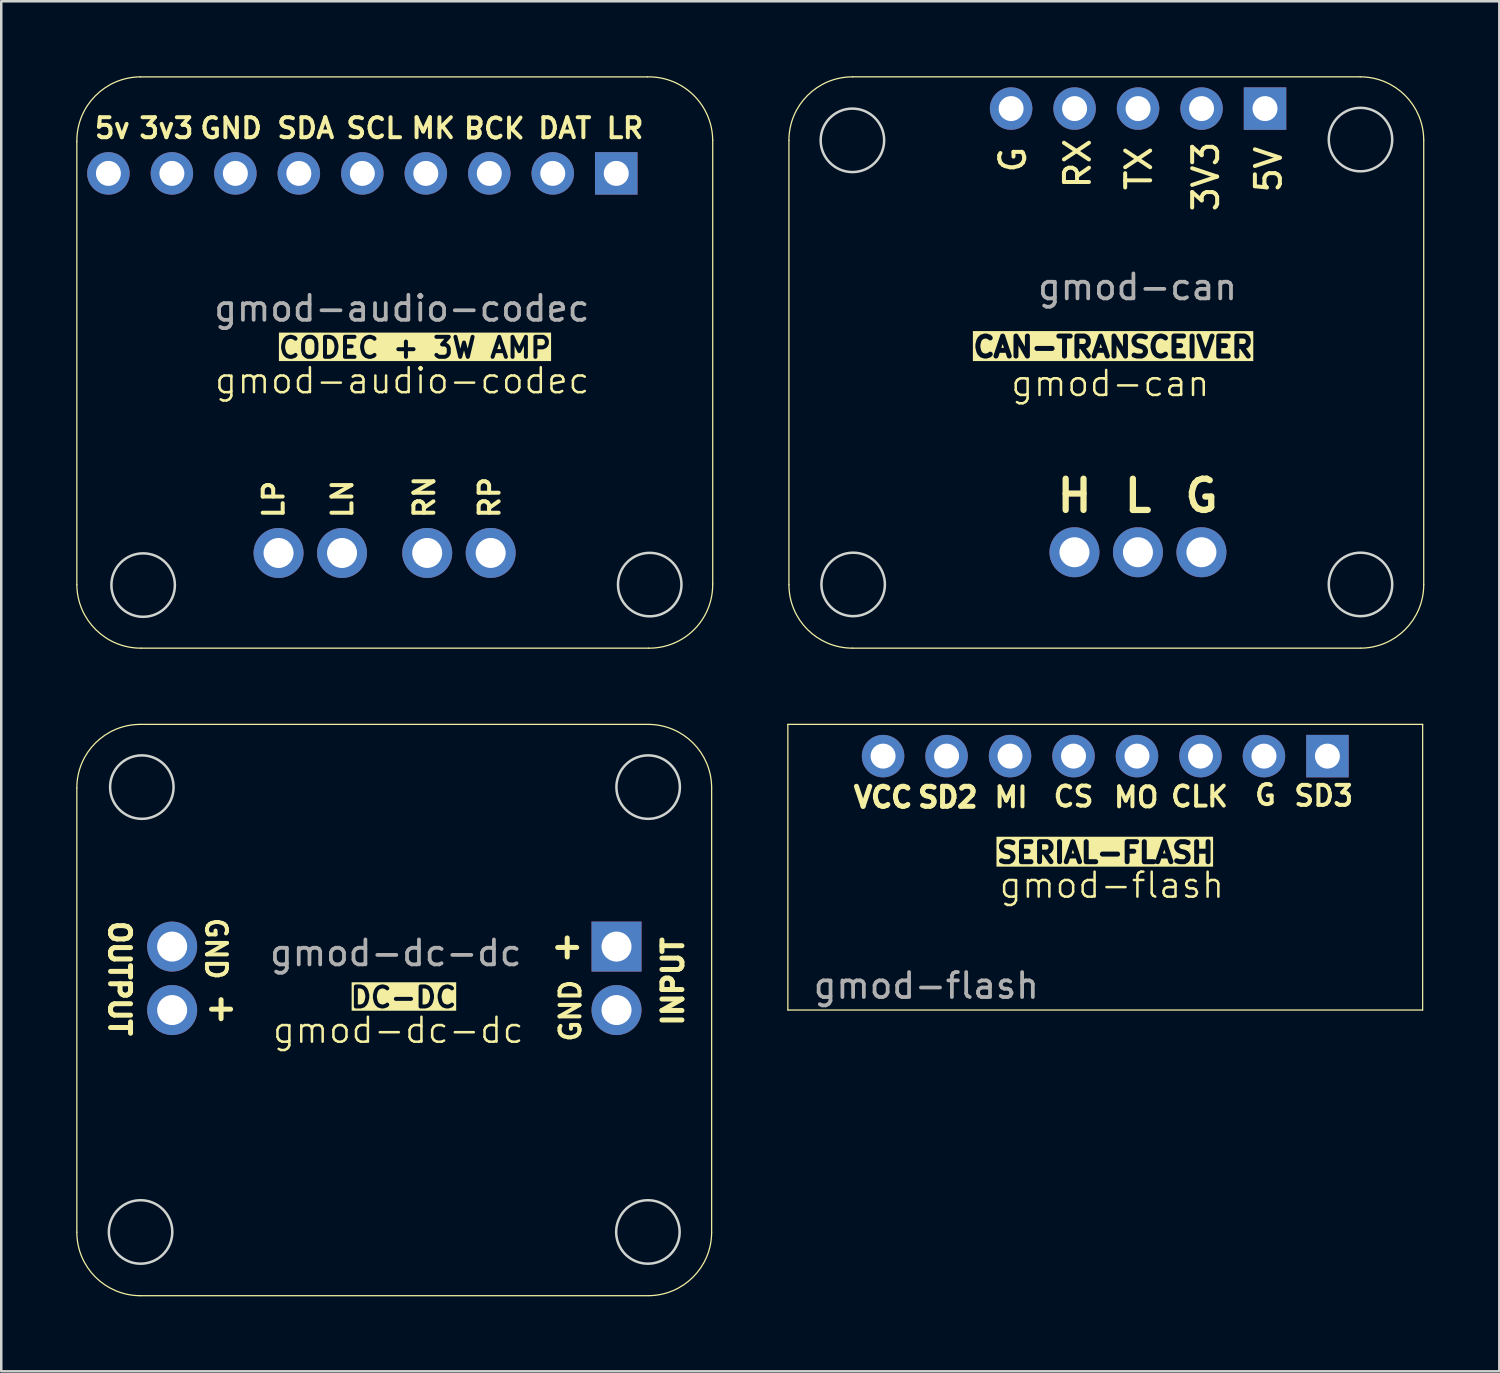
<source format=kicad_pcb>
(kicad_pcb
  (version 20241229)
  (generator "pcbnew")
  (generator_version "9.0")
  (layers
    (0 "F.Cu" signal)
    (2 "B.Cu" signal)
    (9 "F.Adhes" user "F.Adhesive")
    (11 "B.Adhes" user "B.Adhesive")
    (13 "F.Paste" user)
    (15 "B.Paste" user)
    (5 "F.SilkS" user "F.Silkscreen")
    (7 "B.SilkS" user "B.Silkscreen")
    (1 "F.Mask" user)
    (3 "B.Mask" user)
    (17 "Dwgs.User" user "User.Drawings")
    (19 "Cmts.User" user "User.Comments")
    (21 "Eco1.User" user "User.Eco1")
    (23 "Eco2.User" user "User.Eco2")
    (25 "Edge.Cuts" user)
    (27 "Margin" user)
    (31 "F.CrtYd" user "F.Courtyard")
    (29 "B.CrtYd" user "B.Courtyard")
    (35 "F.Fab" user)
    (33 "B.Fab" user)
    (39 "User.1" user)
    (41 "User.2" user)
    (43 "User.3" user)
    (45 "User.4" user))
  (footprint "gmod-audio-codec"
    (layer "F.Cu")
    (at 12.771 11.424)
    (property "Reference" "gmod-audio-codec" (at 0.27 0.76 0) (unlocked yes) (layer "F.SilkS") (effects (font (size 1 1) (thickness 0.1))))
    (attr smd)
    (fp_line (start -12.746 8.922) (end -12.746 -8.822) (stroke (width 0.05) (type solid)) (layer "F.SilkS"))
    (fp_line (start -10.206 -11.398) (end 10.092 -11.398) (stroke (width 0.05) (type solid)) (layer "F.SilkS"))
    (fp_line (start 10.132 11.461) (end -10.17 11.461) (stroke (width 0.05) (type solid)) (layer "F.SilkS"))
    (fp_line (start 12.697 8.897) (end 12.697 -8.859) (stroke (width 0.05) (type solid)) (layer "F.SilkS"))
    (fp_arc (start -12.745765 -8.822184) (mid -12.009357 -10.636165) (end -10.206024 -11.398277) (stroke (width 0.05) (type solid)) (layer "F.SilkS"))
    (fp_arc (start -10.169931 11.461462) (mid -11.983929 10.725071) (end -12.746024 8.921721) (stroke (width 0.05) (type solid)) (layer "F.SilkS"))
    (fp_arc (start 10.092328 -11.398277) (mid 11.924631 -10.672001) (end 12.696744 -8.858536) (stroke (width 0.05) (type solid)) (layer "F.SilkS"))
    (fp_arc (start 12.696744 8.897046) (mid 11.953319 10.718037) (end 10.132328 11.461462) (stroke (width 0.05) (type solid)) (layer "F.SilkS"))
    (fp_poly (pts (xy 11.735 8.95) (xy 11.724 8.939) (xy 11.714 8.95) (xy 11.724 8.96)) (stroke (width 0) (type solid)) (fill yes) (layer "B.SilkS"))
    (fp_circle (center -10.093 8.937) (end -8.823 8.937) (stroke (width 0.1) (type solid)) (fill no) (layer "Edge.Cuts"))
    (fp_circle (center 10.177 8.917) (end 11.447 8.917) (stroke (width 0.1) (type solid)) (fill no) (layer "Edge.Cuts"))
    (fp_text user "5v" (at -12.118 -8.877 0) (unlocked yes) (layer "F.SilkS") (effects (font (size 0.8 0.8) (thickness 0.16) (bold yes)) (justify left bottom)))
    (fp_text user "BCK" (at 3.958 -9.877 180) (unlocked yes) (layer "F.SilkS") (effects (font (size 0.8 0.8) (thickness 0.16) (bold yes)) (justify bottom mirror)))
    (fp_text user "MK" (at 0.552 -8.877 0) (unlocked yes) (layer "F.SilkS") (effects (font (size 0.8 0.8) (thickness 0.16) (bold yes)) (justify left bottom)))
    (fp_text user "SCL\n" (at -2.052 -8.877 0) (unlocked yes) (layer "F.SilkS") (effects (font (size 0.8 0.8) (thickness 0.16) (bold yes)) (justify left bottom)))
    (fp_text user "RP" (at 4.237 6.337 90) (unlocked yes) (layer "F.SilkS") (effects (font (size 0.8 0.8) (thickness 0.16) (bold yes)) (justify left bottom)))
    (fp_text user "3v3" (at -10.336 -8.877 0) (unlocked yes) (layer "F.SilkS") (effects (font (size 0.8 0.8) (thickness 0.16) (bold yes)) (justify left bottom)))
    (fp_text user "DAT" (at 5.626 -8.877 0) (unlocked yes) (layer "F.SilkS") (effects (font (size 0.8 0.8) (thickness 0.16) (bold yes)) (justify left bottom)))
    (fp_text user "LN" (at -1.653 6.337 90) (unlocked yes) (layer "F.SilkS") (effects (font (size 0.8 0.8) (thickness 0.16) (bold yes)) (justify left bottom)))
    (fp_text user "LP" (at -4.403 6.337 90) (unlocked yes) (layer "F.SilkS") (effects (font (size 0.8 0.8) (thickness 0.16) (bold yes)) (justify left bottom)))
    (fp_text user "GND" (at -7.897 -8.877 0) (unlocked yes) (layer "F.SilkS") (effects (font (size 0.8 0.8) (thickness 0.16) (bold yes)) (justify left bottom)))
    (fp_text user "LR" (at 8.358 -8.877 0) (unlocked yes) (layer "F.SilkS") (effects (font (size 0.8 0.8) (thickness 0.16) (bold yes)) (justify left bottom)))
    (fp_text user "SDA\n" (at -4.817 -8.877 0) (unlocked yes) (layer "F.SilkS") (effects (font (size 0.8 0.8) (thickness 0.16) (bold yes)) (justify left bottom)))
    (fp_text user "RN" (at 1.627 6.337 90) (unlocked yes) (layer "F.SilkS") (effects (font (size 0.8 0.8) (thickness 0.16) (bold yes)) (justify left bottom)))
    (fp_text user "CODEC + 3W AMP" (at -4.75 -0.09 0) (unlocked yes) (layer "F.SilkS" knockout) (effects (font (size 0.8 0.8) (thickness 0.16) (bold yes)) (justify left bottom)))
    (fp_text user "${REFERENCE}" (at 0.257 -2.133 180) (layer "F.Fab") (effects (font (size 1 1) (thickness 0.15))))
    (pad "1" thru_hole rect (at 8.837 -7.536 270) (size 1.7 1.7) (drill 1) (layers "*.Cu" "*.Mask"))
    (pad "2" thru_hole oval (at 6.297 -7.536 270) (size 1.7 1.7) (drill 1) (layers "*.Cu" "*.Mask"))
    (pad "3" thru_hole oval (at 3.757 -7.536 270) (size 1.7 1.7) (drill 1) (layers "*.Cu" "*.Mask"))
    (pad "4" thru_hole oval (at 1.217 -7.536 270) (size 1.7 1.7) (drill 1) (layers "*.Cu" "*.Mask"))
    (pad "5" thru_hole oval (at -1.323 -7.536 270) (size 1.7 1.7) (drill 1) (layers "*.Cu" "*.Mask"))
    (pad "6" thru_hole oval (at -3.863 -7.536 270) (size 1.7 1.7) (drill 1) (layers "*.Cu" "*.Mask"))
    (pad "7" thru_hole oval (at -6.403 -7.536 270) (size 1.7 1.7) (drill 1) (layers "*.Cu" "*.Mask"))
    (pad "8" thru_hole oval (at -8.943 -7.536 270) (size 1.7 1.7) (drill 1) (layers "*.Cu" "*.Mask"))
    (pad "9" thru_hole oval (at -11.483 -7.536 270) (size 1.7 1.7) (drill 1) (layers "*.Cu" "*.Mask"))
    (pad "10" thru_hole circle (at -4.675 7.653 180) (size 2 2) (drill 1.2) (layers "*.Cu" "*.Mask"))
    (pad "11" thru_hole circle (at -2.135 7.653 180) (size 2 2) (drill 1.2) (layers "*.Cu" "*.Mask"))
    (pad "12" thru_hole circle (at 1.273 7.651 180) (size 2 2) (drill 1.2) (layers "*.Cu" "*.Mask"))
    (pad "13" thru_hole circle (at 3.813 7.651 180) (size 2 2) (drill 1.2) (layers "*.Cu" "*.Mask")))
  (footprint "gmod-dc-dc"
    (layer "F.Cu")
    (at 12.725 37.365)
    (property "Reference" "gmod-dc-dc" (at 0.16 0.81 0) (unlocked yes) (layer "F.SilkS") (effects (font (size 1 1) (thickness 0.1))))
    (attr smd)
    (fp_line (start -12.7 -8.89) (end -12.7 8.89) (stroke (width 0.05) (type solid)) (layer "F.SilkS"))
    (fp_line (start -10.16 -11.43) (end 10.16 -11.43) (stroke (width 0.05) (type solid)) (layer "F.SilkS"))
    (fp_line (start -10.16 11.43) (end 10.16 11.43) (stroke (width 0.05) (type solid)) (layer "F.SilkS"))
    (fp_line (start 12.7 8.89) (end 12.7 -8.89) (stroke (width 0.05) (type solid)) (layer "F.SilkS"))
    (fp_arc (start -12.7 -8.89) (mid -11.956051 -10.686051) (end -10.16 -11.43) (stroke (width 0.05) (type solid)) (layer "F.SilkS"))
    (fp_arc (start -10.16 11.43) (mid -11.956051 10.686051) (end -12.7 8.89) (stroke (width 0.05) (type solid)) (layer "F.SilkS"))
    (fp_arc (start 10.16 -11.43) (mid 11.956051 -10.686051) (end 12.7 -8.89) (stroke (width 0.05) (type solid)) (layer "F.SilkS"))
    (fp_arc (start 12.7 8.89) (mid 11.956051 10.686051) (end 10.16 11.43) (stroke (width 0.05) (type solid)) (layer "F.SilkS"))
    (fp_circle (center -10.15 8.88) (end -8.88 8.88) (stroke (width 0.1) (type solid)) (fill no) (layer "Edge.Cuts"))
    (fp_circle (center -10.1 -8.92) (end -8.83 -8.92) (stroke (width 0.1) (type solid)) (fill no) (layer "Edge.Cuts"))
    (fp_circle (center 10.15 8.88) (end 11.42 8.88) (stroke (width 0.1) (type solid)) (fill no) (layer "Edge.Cuts"))
    (fp_circle (center 10.16 -8.92) (end 11.43 -8.92) (stroke (width 0.1) (type solid)) (fill no) (layer "Edge.Cuts"))
    (fp_text user "DC-DC" (at -1.832 -0.036 0) (unlocked yes) (layer "F.SilkS" knockout) (effects (font (size 0.8 0.8) (thickness 0.16) (bold yes)) (justify left bottom)))
    (fp_text user "+" (at 6.17 -1.99 0) (unlocked yes) (layer "F.SilkS") (effects (font (size 1 1) (thickness 0.2) (bold yes)) (justify left bottom)))
    (fp_text user "GND" (at -7.6 -3.78 270) (unlocked yes) (layer "F.SilkS") (effects (font (size 0.8 0.8) (thickness 0.16) (bold yes)) (justify left bottom)))
    (fp_text user "+" (at -7.68 0.48 0) (unlocked yes) (layer "F.SilkS") (effects (font (size 1 1) (thickness 0.2) (bold yes)) (justify left bottom)))
    (fp_text user "INPUT" (at 11.62 0.72 90) (unlocked yes) (layer "F.SilkS") (effects (font (size 0.8 0.8) (thickness 0.2) (bold yes)) (justify left bottom)))
    (fp_text user "GND" (at 7.52 1.35 90) (unlocked yes) (layer "F.SilkS") (effects (font (size 0.8 0.8) (thickness 0.16) (bold yes)) (justify left bottom)))
    (fp_text user "OUTPUT" (at -11.46 -3.66 270) (unlocked yes) (layer "F.SilkS") (effects (font (size 0.8 0.8) (thickness 0.2) (bold yes)) (justify left bottom)))
    (fp_text user "${REFERENCE}" (at 0.06 -2.28 0) (unlocked yes) (layer "F.Fab") (effects (font (size 1 1) (thickness 0.15))))
    (pad "1" thru_hole rect (at 8.894 -2.539 90) (size 2 2) (drill 1.2) (layers "*.Cu" "*.Mask"))
    (pad "2" thru_hole circle (at -8.886 -2.539 270) (size 2 2) (drill 1.2) (layers "*.Cu" "*.Mask"))
    (pad "3" thru_hole circle (at -8.886 0.001 270) (size 2 2) (drill 1.2) (layers "*.Cu" "*.Mask"))
    (pad "4" thru_hole circle (at 8.894 0.001 90) (size 2 2) (drill 1.2) (layers "*.Cu" "*.Mask")))
  (footprint "gmod-flash"
    (layer "F.Cu")
    (at 41.175 31.65)
    (property "Reference" "gmod-flash" (at 0.263 0.72 0) (unlocked yes) (layer "F.SilkS") (effects (font (size 1 1) (thickness 0.1))))
    (attr smd)
    (fp_line (start -12.7 -5.715) (end -12.7 5.715) (stroke (width 0.05) (type solid)) (layer "F.SilkS"))
    (fp_line (start 12.7 -5.715) (end -12.7 -5.715) (stroke (width 0.05) (type solid)) (layer "F.SilkS"))
    (fp_line (start 12.7 5.715) (end -12.7 5.715) (stroke (width 0.05) (type solid)) (layer "F.SilkS"))
    (fp_line (start 12.7 5.715) (end 12.7 -5.715) (stroke (width 0.05) (type solid)) (layer "F.SilkS"))
    (fp_text user "SERIAL-FLASH" (at 0 -0.58 0) (unlocked yes) (layer "F.SilkS" knockout) (effects (font (size 0.8 0.8) (thickness 0.2) (bold yes))))
    (fp_text user "MI" (at -3.77 -2.797 0) (unlocked yes) (layer "F.SilkS") (effects (font (size 0.8 0.8) (thickness 0.16) (bold yes))))
    (fp_text user "SD2" (at -6.3 -2.797 0) (unlocked yes) (layer "F.SilkS") (effects (font (size 0.8 0.8) (thickness 0.2) (bold yes))))
    (fp_text user "CLK" (at 3.77 -2.827 0) (unlocked yes) (layer "F.SilkS") (effects (font (size 0.8 0.8) (thickness 0.16) (bold yes))))
    (fp_text user "VCC" (at -8.89 -2.797 0) (unlocked yes) (layer "F.SilkS") (effects (font (size 0.8 0.8) (thickness 0.2) (bold yes))))
    (fp_text user "G" (at 6.41 -2.887 0) (unlocked yes) (layer "F.SilkS") (effects (font (size 0.8 0.8) (thickness 0.16) (bold yes))))
    (fp_text user "SD3" (at 8.74 -2.857 0) (unlocked yes) (layer "F.SilkS") (effects (font (size 0.8 0.8) (thickness 0.16) (bold yes))))
    (fp_text user "MO" (at 1.24 -2.797 0) (unlocked yes) (layer "F.SilkS") (effects (font (size 0.8 0.8) (thickness 0.16) (bold yes))))
    (fp_text user "CS" (at -1.27 -2.827 0) (unlocked yes) (layer "F.SilkS") (effects (font (size 0.8 0.8) (thickness 0.16) (bold yes))))
    (fp_text user "${REFERENCE}" (at -7.16 4.74 0) (unlocked yes) (layer "F.Fab") (effects (font (size 1 1) (thickness 0.15))))
    (pad "1" thru_hole rect (at 8.89 -4.445 90) (size 1.7 1.7) (drill 1) (layers "*.Cu" "*.Mask") (remove_unused_layers yes) (keep_end_layers yes) (zone_layer_connections))
    (pad "2" thru_hole circle (at 6.35 -4.445 90) (size 1.7 1.7) (drill 1) (layers "*.Cu" "*.Mask") (remove_unused_layers yes) (keep_end_layers yes) (zone_layer_connections))
    (pad "3" thru_hole circle (at 3.81 -4.445 90) (size 1.7 1.7) (drill 1) (layers "*.Cu" "*.Mask") (remove_unused_layers yes) (keep_end_layers yes) (zone_layer_connections))
    (pad "4" thru_hole circle (at 1.27 -4.445 90) (size 1.7 1.7) (drill 1) (layers "*.Cu" "*.Mask") (remove_unused_layers yes) (keep_end_layers yes) (zone_layer_connections))
    (pad "5" thru_hole circle (at -1.27 -4.445 90) (size 1.7 1.7) (drill 1) (layers "*.Cu" "*.Mask") (remove_unused_layers yes) (keep_end_layers yes) (zone_layer_connections))
    (pad "6" thru_hole circle (at -3.81 -4.445 90) (size 1.7 1.7) (drill 1) (layers "*.Cu" "*.Mask") (remove_unused_layers yes) (keep_end_layers yes) (zone_layer_connections))
    (pad "7" thru_hole circle (at -6.35 -4.445 90) (size 1.7 1.7) (drill 1) (layers "*.Cu" "*.Mask") (remove_unused_layers yes) (keep_end_layers yes) (zone_layer_connections))
    (pad "8" thru_hole circle (at -8.89 -4.445 90) (size 1.7 1.7) (drill 1) (layers "*.Cu" "*.Mask") (remove_unused_layers yes) (keep_end_layers yes) (zone_layer_connections)))
  (footprint "gmod-can"
    (layer "F.Cu")
    (at 41.218 11.425)
    (property "Reference" "gmod-can" (at 0.16 0.87 0) (unlocked yes) (layer "F.SilkS") (effects (font (size 1 1) (thickness 0.1))))
    (attr smd)
    (fp_line (start -12.7 -8.86) (end -12.7 8.92) (stroke (width 0.05) (type solid)) (layer "F.SilkS"))
    (fp_line (start -10.16 -11.4) (end 10.16 -11.4) (stroke (width 0.05) (type solid)) (layer "F.SilkS"))
    (fp_line (start -10.16 11.46) (end 10.16 11.46) (stroke (width 0.05) (type solid)) (layer "F.SilkS"))
    (fp_line (start 12.7 8.92) (end 12.7 -8.86) (stroke (width 0.05) (type solid)) (layer "F.SilkS"))
    (fp_arc (start -12.7 -8.86) (mid -11.956051 -10.656051) (end -10.16 -11.4) (stroke (width 0.05) (type solid)) (layer "F.SilkS"))
    (fp_arc (start -10.16 11.46) (mid -11.956051 10.716051) (end -12.7 8.92) (stroke (width 0.05) (type solid)) (layer "F.SilkS"))
    (fp_arc (start 10.16 -11.4) (mid 11.956051 -10.656051) (end 12.7 -8.86) (stroke (width 0.05) (type solid)) (layer "F.SilkS"))
    (fp_arc (start 12.7 8.92) (mid 11.956051 10.716051) (end 10.16 11.46) (stroke (width 0.05) (type solid)) (layer "F.SilkS"))
    (fp_circle (center -10.16 -8.86) (end -8.89 -8.86) (stroke (width 0.1) (type solid)) (fill no) (layer "Edge.Cuts"))
    (fp_circle (center -10.13 8.91) (end -8.86 8.91) (stroke (width 0.1) (type solid)) (fill no) (layer "Edge.Cuts"))
    (fp_circle (center 10.17 -8.89) (end 11.44 -8.89) (stroke (width 0.1) (type solid)) (fill no) (layer "Edge.Cuts"))
    (fp_circle (center 10.17 8.91) (end 11.44 8.91) (stroke (width 0.1) (type solid)) (fill no) (layer "Edge.Cuts"))
    (fp_text user "H" (at -1.27 5.364 0) (unlocked yes) (layer "F.SilkS") (effects (font (size 1.25 1.25) (thickness 0.25) (bold yes))))
    (fp_text user "5V" (at 6.49 -7.69 90) (unlocked yes) (layer "F.SilkS") (effects (font (size 1 1) (thickness 0.16))))
    (fp_text user "3V3" (at 3.98 -7.41 90) (unlocked yes) (layer "F.SilkS") (effects (font (size 1 1) (thickness 0.16))))
    (fp_text user "G" (at 3.81 5.364 0) (unlocked yes) (layer "F.SilkS") (effects (font (size 1.25 1.25) (thickness 0.25) (bold yes))))
    (fp_text user "CAN-TRANSCEIVER" (at 0.27 -0.12 0) (unlocked yes) (layer "F.SilkS" knockout) (effects (font (size 0.8 0.8) (thickness 0.2) (bold yes)) (justify bottom)))
    (fp_text user "TX" (at 1.3 -7.736 90) (unlocked yes) (layer "F.SilkS") (effects (font (size 1 1) (thickness 0.16))))
    (fp_text user "RX" (at -1.15 -7.93 90) (unlocked yes) (layer "F.SilkS") (effects (font (size 1 1) (thickness 0.16))))
    (fp_text user "L" (at 1.27 5.364 0) (unlocked yes) (layer "F.SilkS") (effects (font (size 1.25 1.25) (thickness 0.25) (bold yes))))
    (fp_text user "G" (at -3.74 -8.09 90) (unlocked yes) (layer "F.SilkS") (effects (font (size 1 1) (thickness 0.16))))
    (fp_text user "${REFERENCE}" (at 1.25 -2.99 0) (unlocked yes) (layer "F.Fab") (effects (font (size 1 1) (thickness 0.15))))
    (pad "1" thru_hole rect (at 6.35 -10.13 90) (size 1.7 1.7) (drill 1) (layers "*.Cu" "*.Mask"))
    (pad "2" thru_hole circle (at 3.81 -10.13 90) (size 1.7 1.7) (drill 1) (layers "*.Cu" "*.Mask"))
    (pad "3" thru_hole circle (at 1.27 -10.13 90) (size 1.7 1.7) (drill 1) (layers "*.Cu" "*.Mask"))
    (pad "4" thru_hole circle (at -1.27 -10.13 90) (size 1.7 1.7) (drill 1) (layers "*.Cu" "*.Mask"))
    (pad "5" thru_hole circle (at -3.81 -10.13 90) (size 1.7 1.7) (drill 1) (layers "*.Cu" "*.Mask"))
    (pad "6" thru_hole circle (at -1.275 7.622) (size 2 2) (drill 1.2) (layers "*.Cu" "*.Mask"))
    (pad "7" thru_hole circle (at 1.265 7.622) (size 2 2) (drill 1.2) (layers "*.Cu" "*.Mask"))
    (pad "8" thru_hole circle (at 3.805 7.622) (size 2 2) (drill 1.2) (layers "*.Cu" "*.Mask")))
  (gr_rect
    (start -3 -3)
    (end 56.943 51.82)
    (stroke (width 0.1) (type default))
    (fill no)
    (layer "Edge.Cuts")))
</source>
